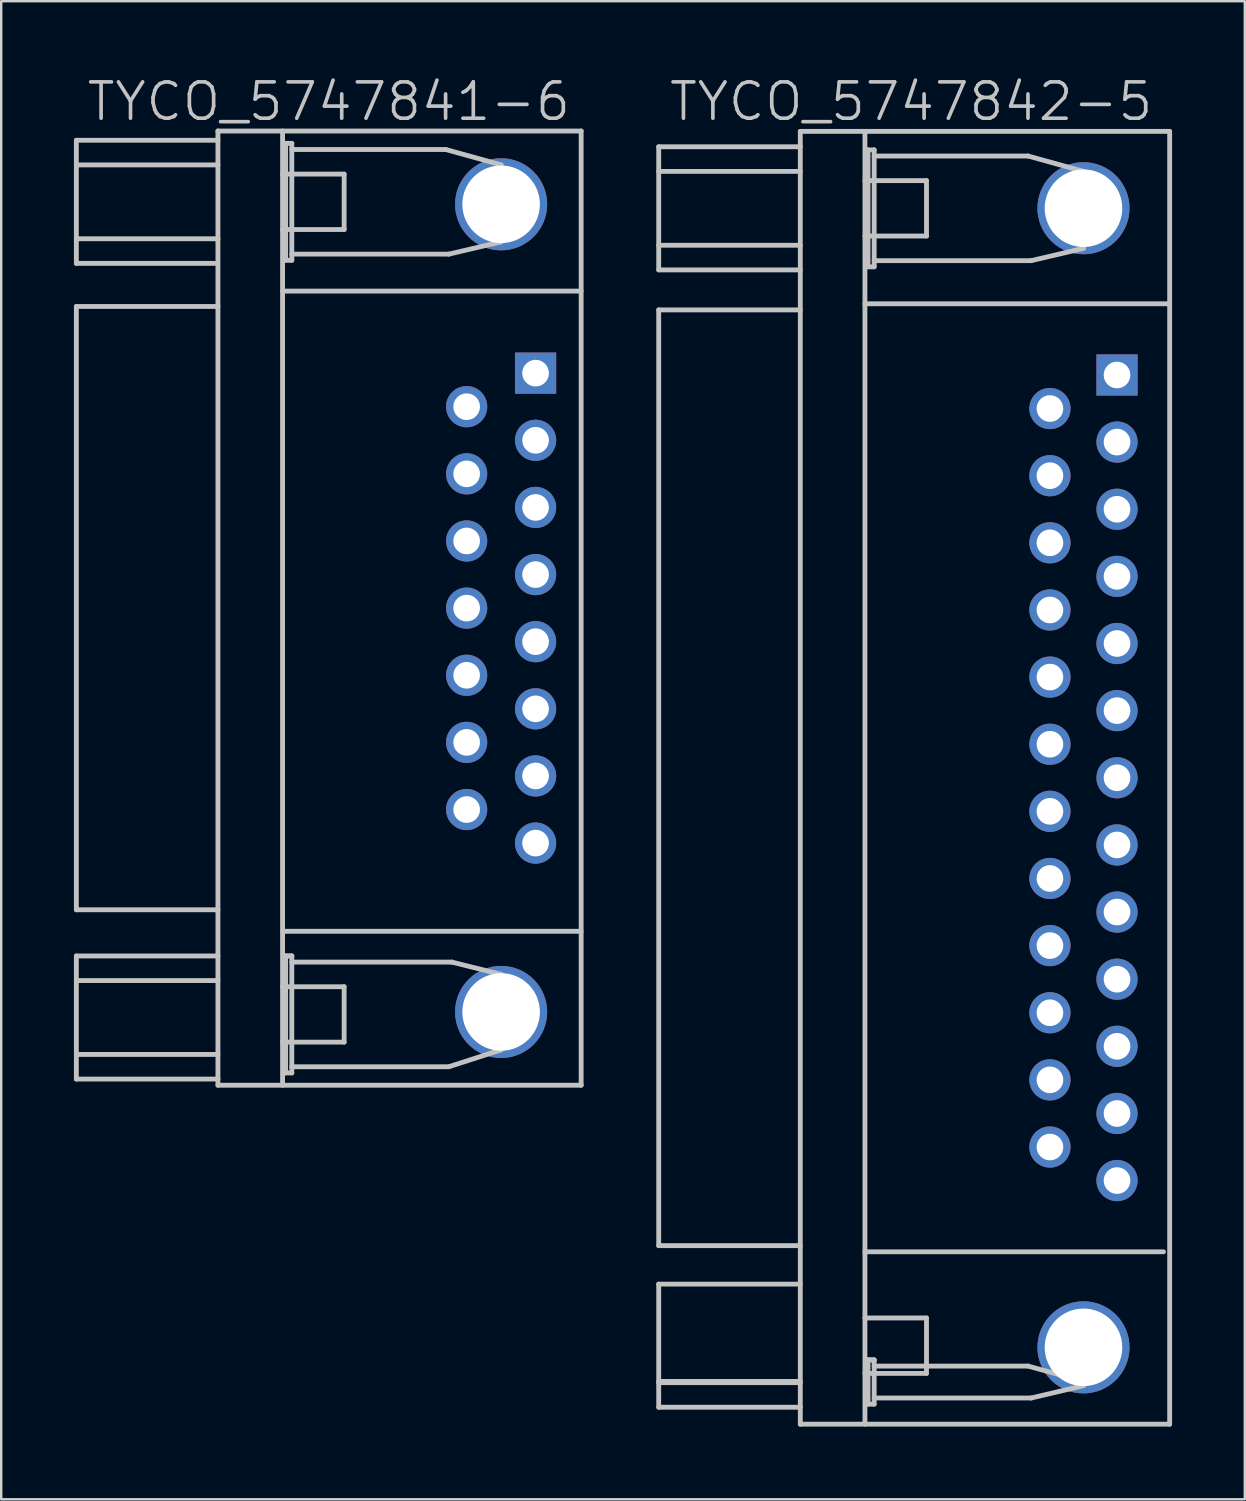
<source format=kicad_pcb>
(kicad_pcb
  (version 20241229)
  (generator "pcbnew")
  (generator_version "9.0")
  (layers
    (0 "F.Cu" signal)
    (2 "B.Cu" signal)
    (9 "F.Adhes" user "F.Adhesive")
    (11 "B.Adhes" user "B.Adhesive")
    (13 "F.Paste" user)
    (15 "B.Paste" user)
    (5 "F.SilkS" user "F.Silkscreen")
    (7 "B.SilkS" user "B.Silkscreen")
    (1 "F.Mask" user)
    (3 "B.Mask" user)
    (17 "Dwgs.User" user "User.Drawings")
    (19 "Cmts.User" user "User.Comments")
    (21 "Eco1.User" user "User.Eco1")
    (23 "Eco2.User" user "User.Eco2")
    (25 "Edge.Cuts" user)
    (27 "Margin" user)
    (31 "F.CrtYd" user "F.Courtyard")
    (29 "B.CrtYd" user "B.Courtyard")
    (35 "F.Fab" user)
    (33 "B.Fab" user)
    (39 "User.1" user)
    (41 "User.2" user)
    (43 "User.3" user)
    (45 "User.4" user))
  (footprint "TYCO_5747841-6"
    (layer "F.Cu")
    (at 10.514 22.041)
    (property "Reference" "TYCO_5747841-6" (at 0 -20.9 180) (layer "Dwgs.User") (effects (font (size 1.5 1.5) (thickness 0.15))))
    (attr through_hole)
    (fp_line (start -10.414 -19.304) (end -10.414 -14.224) (stroke (width 0.2) (type solid)) (layer "Dwgs.User"))
    (fp_line (start -10.414 -14.224) (end -4.699 -14.224) (stroke (width 0.2) (type solid)) (layer "Dwgs.User"))
    (fp_line (start -10.414 12.446) (end -10.414 -12.446) (stroke (width 0.2) (type solid)) (layer "Dwgs.User"))
    (fp_line (start -10.414 12.446) (end -4.572 12.446) (stroke (width 0.2) (type solid)) (layer "Dwgs.User"))
    (fp_line (start -10.414 14.351) (end -10.414 19.431) (stroke (width 0.2) (type solid)) (layer "Dwgs.User"))
    (fp_line (start -4.572 -19.685) (end -4.572 19.685) (stroke (width 0.2) (type solid)) (layer "Dwgs.User"))
    (fp_line (start -4.572 -19.304) (end -10.414 -19.304) (stroke (width 0.2) (type solid)) (layer "Dwgs.User"))
    (fp_line (start -4.572 -18.288) (end -10.414 -18.288) (stroke (width 0.2) (type solid)) (layer "Dwgs.User"))
    (fp_line (start -4.572 -15.24) (end -10.414 -15.24) (stroke (width 0.2) (type solid)) (layer "Dwgs.User"))
    (fp_line (start -4.572 -12.446) (end -10.414 -12.446) (stroke (width 0.2) (type solid)) (layer "Dwgs.User"))
    (fp_line (start -4.572 14.351) (end -10.414 14.351) (stroke (width 0.2) (type solid)) (layer "Dwgs.User"))
    (fp_line (start -4.572 15.367) (end -10.414 15.367) (stroke (width 0.2) (type solid)) (layer "Dwgs.User"))
    (fp_line (start -4.572 18.415) (end -10.414 18.415) (stroke (width 0.2) (type solid)) (layer "Dwgs.User"))
    (fp_line (start -4.572 19.431) (end -10.414 19.431) (stroke (width 0.2) (type solid)) (layer "Dwgs.User"))
    (fp_line (start -4.572 19.685) (end 10.414 19.685) (stroke (width 0.2) (type solid)) (layer "Dwgs.User"))
    (fp_line (start -1.905 -17.907) (end 0.635 -17.907) (stroke (width 0.2) (type solid)) (layer "Dwgs.User"))
    (fp_line (start -1.905 -13.081) (end 10.414 -13.081) (stroke (width 0.2) (type solid)) (layer "Dwgs.User"))
    (fp_line (start -1.905 13.335) (end 10.414 13.335) (stroke (width 0.2) (type solid)) (layer "Dwgs.User"))
    (fp_line (start -1.905 15.621) (end 0.635 15.621) (stroke (width 0.2) (type solid)) (layer "Dwgs.User"))
    (fp_line (start -1.905 19.685) (end -1.905 -19.685) (stroke (width 0.2) (type solid)) (layer "Dwgs.User"))
    (fp_line (start -1.778 -19.177) (end -1.778 -14.351) (stroke (width 0.2) (type solid)) (layer "Dwgs.User"))
    (fp_line (start -1.778 -14.351) (end -1.524 -14.351) (stroke (width 0.2) (type solid)) (layer "Dwgs.User"))
    (fp_line (start -1.778 14.351) (end -1.778 19.177) (stroke (width 0.2) (type solid)) (layer "Dwgs.User"))
    (fp_line (start -1.778 19.177) (end -1.524 19.177) (stroke (width 0.2) (type solid)) (layer "Dwgs.User"))
    (fp_line (start -1.524 -19.177) (end -1.778 -19.177) (stroke (width 0.2) (type solid)) (layer "Dwgs.User"))
    (fp_line (start -1.524 -18.923) (end 4.826 -18.923) (stroke (width 0.2) (type solid)) (layer "Dwgs.User"))
    (fp_line (start -1.524 -14.351) (end -1.524 -19.177) (stroke (width 0.2) (type solid)) (layer "Dwgs.User"))
    (fp_line (start -1.524 14.351) (end -1.778 14.351) (stroke (width 0.2) (type solid)) (layer "Dwgs.User"))
    (fp_line (start -1.524 14.351) (end -1.778 14.351) (stroke (width 0.2) (type solid)) (layer "Dwgs.User"))
    (fp_line (start -1.524 14.605) (end 5.08 14.605) (stroke (width 0.2) (type solid)) (layer "Dwgs.User"))
    (fp_line (start -1.524 19.177) (end -1.524 14.351) (stroke (width 0.2) (type solid)) (layer "Dwgs.User"))
    (fp_line (start 0.635 -17.907) (end 0.635 -15.621) (stroke (width 0.2) (type solid)) (layer "Dwgs.User"))
    (fp_line (start 0.635 -15.621) (end -1.905 -15.621) (stroke (width 0.2) (type solid)) (layer "Dwgs.User"))
    (fp_line (start 0.635 15.621) (end 0.635 17.907) (stroke (width 0.2) (type solid)) (layer "Dwgs.User"))
    (fp_line (start 0.635 17.907) (end -1.905 17.907) (stroke (width 0.2) (type solid)) (layer "Dwgs.User"))
    (fp_line (start 4.826 -18.923) (end 7.112 -18.288) (stroke (width 0.2) (type solid)) (layer "Dwgs.User"))
    (fp_line (start 4.953 -14.605) (end -1.524 -14.605) (stroke (width 0.2) (type solid)) (layer "Dwgs.User"))
    (fp_line (start 4.953 18.923) (end -1.524 18.923) (stroke (width 0.2) (type solid)) (layer "Dwgs.User"))
    (fp_line (start 4.953 18.923) (end 7.112 18.224) (stroke (width 0.2) (type solid)) (layer "Dwgs.User"))
    (fp_line (start 7.112 -18.288) (end 7.112 -15.113) (stroke (width 0.2) (type solid)) (layer "Dwgs.User"))
    (fp_line (start 7.112 -15.113) (end 4.953 -14.605) (stroke (width 0.2) (type solid)) (layer "Dwgs.User"))
    (fp_line (start 7.112 15.113) (end 5.08 14.605) (stroke (width 0.2) (type solid)) (layer "Dwgs.User"))
    (fp_line (start 7.112 18.224) (end 7.112 15.113) (stroke (width 0.2) (type solid)) (layer "Dwgs.User"))
    (fp_line (start 10.414 -19.685) (end -4.572 -19.685) (stroke (width 0.2) (type solid)) (layer "Dwgs.User"))
    (fp_line (start 10.414 19.685) (end 10.414 -19.685) (stroke (width 0.2) (type solid)) (layer "Dwgs.User"))
    (pad "" thru_hole circle (at 7.112 -16.662 270) (size 3.8 3.8) (drill 3.2) (layers "*.Cu" "*.Mask"))
    (pad "" thru_hole circle (at 7.112 16.662 270) (size 3.8 3.8) (drill 3.2) (layers "*.Cu" "*.Mask"))
    (pad "1" thru_hole rect (at 8.534 -9.695) (size 1.7 1.7) (drill 1.1) (layers "*.Cu" "*.Mask"))
    (pad "2" thru_hole circle (at 8.534 -6.924 270) (size 1.7 1.7) (drill 1.1) (layers "*.Cu" "*.Mask"))
    (pad "3" thru_hole circle (at 8.534 -4.155 270) (size 1.7 1.7) (drill 1.1) (layers "*.Cu" "*.Mask"))
    (pad "4" thru_hole circle (at 8.534 -1.384 270) (size 1.7 1.7) (drill 1.1) (layers "*.Cu" "*.Mask"))
    (pad "5" thru_hole circle (at 8.534 1.384 270) (size 1.7 1.7) (drill 1.1) (layers "*.Cu" "*.Mask"))
    (pad "6" thru_hole circle (at 8.534 4.155 270) (size 1.7 1.7) (drill 1.1) (layers "*.Cu" "*.Mask"))
    (pad "7" thru_hole circle (at 8.534 6.924 270) (size 1.7 1.7) (drill 1.1) (layers "*.Cu" "*.Mask"))
    (pad "8" thru_hole circle (at 8.534 9.695 270) (size 1.7 1.7) (drill 1.1) (layers "*.Cu" "*.Mask"))
    (pad "9" thru_hole circle (at 5.69 -8.311 270) (size 1.7 1.7) (drill 1.1) (layers "*.Cu" "*.Mask"))
    (pad "10" thru_hole circle (at 5.69 -5.54 270) (size 1.7 1.7) (drill 1.1) (layers "*.Cu" "*.Mask"))
    (pad "11" thru_hole circle (at 5.69 -2.771 270) (size 1.7 1.7) (drill 1.1) (layers "*.Cu" "*.Mask"))
    (pad "12" thru_hole circle (at 5.69 0 270) (size 1.7 1.7) (drill 1.1) (layers "*.Cu" "*.Mask"))
    (pad "13" thru_hole circle (at 5.69 2.771 270) (size 1.7 1.7) (drill 1.1) (layers "*.Cu" "*.Mask"))
    (pad "14" thru_hole circle (at 5.69 5.54 270) (size 1.7 1.7) (drill 1.1) (layers "*.Cu" "*.Mask"))
    (pad "15" thru_hole circle (at 5.69 8.311 270) (size 1.7 1.7) (drill 1.1) (layers "*.Cu" "*.Mask")))
  (footprint "TYCO_5747842-5"
    (layer "F.Cu")
    (at 34.542 29.041)
    (property "Reference" "TYCO_5747842-5" (at 0 -27.9 180) (layer "Dwgs.User") (effects (font (size 1.5 1.5) (thickness 0.15))))
    (attr through_hole)
    (fp_line (start -10.414 -26.035) (end -10.414 -20.955) (stroke (width 0.2) (type solid)) (layer "Dwgs.User"))
    (fp_line (start -10.414 19.304) (end -10.414 -19.304) (stroke (width 0.2) (type solid)) (layer "Dwgs.User"))
    (fp_line (start -10.414 19.304) (end -4.572 19.304) (stroke (width 0.2) (type solid)) (layer "Dwgs.User"))
    (fp_line (start -10.414 20.892) (end -10.414 25.971) (stroke (width 0.2) (type solid)) (layer "Dwgs.User"))
    (fp_line (start -4.572 -26.035) (end -10.414 -26.035) (stroke (width 0.2) (type solid)) (layer "Dwgs.User"))
    (fp_line (start -4.572 -25.019) (end -10.414 -25.019) (stroke (width 0.2) (type solid)) (layer "Dwgs.User"))
    (fp_line (start -4.572 -21.971) (end -10.414 -21.971) (stroke (width 0.2) (type solid)) (layer "Dwgs.User"))
    (fp_line (start -4.572 -20.955) (end -10.414 -20.955) (stroke (width 0.2) (type solid)) (layer "Dwgs.User"))
    (fp_line (start -4.572 -19.304) (end -10.414 -19.304) (stroke (width 0.2) (type solid)) (layer "Dwgs.User"))
    (fp_line (start -4.572 20.892) (end -10.414 20.892) (stroke (width 0.2) (type solid)) (layer "Dwgs.User"))
    (fp_line (start -4.572 24.907) (end -10.414 24.907) (stroke (width 0.2) (type solid)) (layer "Dwgs.User"))
    (fp_line (start -4.572 24.956) (end -10.414 24.956) (stroke (width 0.2) (type solid)) (layer "Dwgs.User"))
    (fp_line (start -4.572 25.971) (end -10.414 25.971) (stroke (width 0.2) (type solid)) (layer "Dwgs.User"))
    (fp_line (start -4.572 26.67) (end -4.572 -26.67) (stroke (width 0.2) (type solid)) (layer "Dwgs.User"))
    (fp_line (start -1.905 -26.67) (end -1.905 26.67) (stroke (width 0.2) (type solid)) (layer "Dwgs.User"))
    (fp_line (start -1.905 -24.638) (end 0.635 -24.638) (stroke (width 0.2) (type solid)) (layer "Dwgs.User"))
    (fp_line (start -1.905 -19.558) (end 10.668 -19.558) (stroke (width 0.2) (type solid)) (layer "Dwgs.User"))
    (fp_line (start -1.905 19.558) (end 10.414 19.558) (stroke (width 0.2) (type solid)) (layer "Dwgs.User"))
    (fp_line (start -1.905 22.288) (end 0.635 22.288) (stroke (width 0.2) (type solid)) (layer "Dwgs.User"))
    (fp_line (start -1.778 -25.908) (end -1.778 -21.082) (stroke (width 0.2) (type solid)) (layer "Dwgs.User"))
    (fp_line (start -1.778 -21.082) (end -1.524 -21.082) (stroke (width 0.2) (type solid)) (layer "Dwgs.User"))
    (fp_line (start -1.778 24.018) (end -1.778 25.845) (stroke (width 0.2) (type solid)) (layer "Dwgs.User"))
    (fp_line (start -1.778 25.845) (end -1.524 25.845) (stroke (width 0.2) (type solid)) (layer "Dwgs.User"))
    (fp_line (start -1.524 -25.908) (end -1.778 -25.908) (stroke (width 0.2) (type solid)) (layer "Dwgs.User"))
    (fp_line (start -1.524 -25.654) (end 4.826 -25.654) (stroke (width 0.2) (type solid)) (layer "Dwgs.User"))
    (fp_line (start -1.524 -21.082) (end -1.524 -25.908) (stroke (width 0.2) (type solid)) (layer "Dwgs.User"))
    (fp_line (start -1.524 24.018) (end -1.778 24.018) (stroke (width 0.2) (type solid)) (layer "Dwgs.User"))
    (fp_line (start -1.524 24.018) (end -1.778 24.018) (stroke (width 0.2) (type solid)) (layer "Dwgs.User"))
    (fp_line (start -1.524 24.273) (end 4.826 24.273) (stroke (width 0.2) (type solid)) (layer "Dwgs.User"))
    (fp_line (start -1.524 25.845) (end -1.524 24.018) (stroke (width 0.2) (type solid)) (layer "Dwgs.User"))
    (fp_line (start 0.635 -24.638) (end 0.635 -22.352) (stroke (width 0.2) (type solid)) (layer "Dwgs.User"))
    (fp_line (start 0.635 -22.352) (end -1.905 -22.352) (stroke (width 0.2) (type solid)) (layer "Dwgs.User"))
    (fp_line (start 0.635 22.288) (end 0.635 24.575) (stroke (width 0.2) (type solid)) (layer "Dwgs.User"))
    (fp_line (start 0.635 24.575) (end -1.905 24.575) (stroke (width 0.2) (type solid)) (layer "Dwgs.User"))
    (fp_line (start 4.826 -25.654) (end 7.112 -25.019) (stroke (width 0.2) (type solid)) (layer "Dwgs.User"))
    (fp_line (start 4.826 24.273) (end 7.112 24.907) (stroke (width 0.2) (type solid)) (layer "Dwgs.User"))
    (fp_line (start 4.953 -21.336) (end -1.524 -21.336) (stroke (width 0.2) (type solid)) (layer "Dwgs.User"))
    (fp_line (start 4.953 25.59) (end -1.524 25.59) (stroke (width 0.2) (type solid)) (layer "Dwgs.User"))
    (fp_line (start 7.112 -25.019) (end 7.112 -21.844) (stroke (width 0.2) (type solid)) (layer "Dwgs.User"))
    (fp_line (start 7.112 -21.844) (end 4.953 -21.336) (stroke (width 0.2) (type solid)) (layer "Dwgs.User"))
    (fp_line (start 7.112 24.907) (end 7.112 25.082) (stroke (width 0.2) (type solid)) (layer "Dwgs.User"))
    (fp_line (start 7.112 25.082) (end 4.953 25.59) (stroke (width 0.2) (type solid)) (layer "Dwgs.User"))
    (fp_line (start 10.668 -26.67) (end -4.572 -26.67) (stroke (width 0.2) (type solid)) (layer "Dwgs.User"))
    (fp_line (start 10.668 26.67) (end -4.572 26.67) (stroke (width 0.2) (type solid)) (layer "Dwgs.User"))
    (fp_line (start 10.668 26.67) (end 10.668 -26.67) (stroke (width 0.2) (type solid)) (layer "Dwgs.User"))
    (pad "" thru_hole circle (at 7.112 -23.5 270) (size 3.8 3.8) (drill 3.2) (layers "*.Cu" "*.Mask"))
    (pad "" thru_hole circle (at 7.112 23.5 270) (size 3.8 3.8) (drill 3.2) (layers "*.Cu" "*.Mask"))
    (pad "1" thru_hole rect (at 8.496 -16.619) (size 1.7 1.7) (drill 1.1) (layers "*.Cu" "*.Mask"))
    (pad "2" thru_hole circle (at 8.496 -13.851) (size 1.7 1.7) (drill 1.1) (layers "*.Cu" "*.Mask"))
    (pad "3" thru_hole circle (at 8.496 -11.079) (size 1.7 1.7) (drill 1.1) (layers "*.Cu" "*.Mask"))
    (pad "4" thru_hole circle (at 8.496 -8.311) (size 1.7 1.7) (drill 1.1) (layers "*.Cu" "*.Mask"))
    (pad "5" thru_hole circle (at 8.496 -5.54) (size 1.7 1.7) (drill 1.1) (layers "*.Cu" "*.Mask"))
    (pad "6" thru_hole circle (at 8.496 -2.771) (size 1.7 1.7) (drill 1.1) (layers "*.Cu" "*.Mask"))
    (pad "7" thru_hole circle (at 8.496 0) (size 1.7 1.7) (drill 1.1) (layers "*.Cu" "*.Mask"))
    (pad "8" thru_hole circle (at 8.496 2.771) (size 1.7 1.7) (drill 1.1) (layers "*.Cu" "*.Mask"))
    (pad "9" thru_hole circle (at 8.496 5.54) (size 1.7 1.7) (drill 1.1) (layers "*.Cu" "*.Mask"))
    (pad "10" thru_hole circle (at 8.496 8.311) (size 1.7 1.7) (drill 1.1) (layers "*.Cu" "*.Mask"))
    (pad "11" thru_hole circle (at 8.496 11.079) (size 1.7 1.7) (drill 1.1) (layers "*.Cu" "*.Mask"))
    (pad "12" thru_hole circle (at 8.496 13.851) (size 1.7 1.7) (drill 1.1) (layers "*.Cu" "*.Mask"))
    (pad "13" thru_hole circle (at 8.496 16.619) (size 1.7 1.7) (drill 1.1) (layers "*.Cu" "*.Mask"))
    (pad "14" thru_hole circle (at 5.728 -15.235) (size 1.7 1.7) (drill 1.1) (layers "*.Cu" "*.Mask"))
    (pad "15" thru_hole circle (at 5.728 -12.464) (size 1.7 1.7) (drill 1.1) (layers "*.Cu" "*.Mask"))
    (pad "16" thru_hole circle (at 5.728 -9.695) (size 1.7 1.7) (drill 1.1) (layers "*.Cu" "*.Mask"))
    (pad "17" thru_hole circle (at 5.728 -6.924) (size 1.7 1.7) (drill 1.1) (layers "*.Cu" "*.Mask"))
    (pad "18" thru_hole circle (at 5.728 -4.155) (size 1.7 1.7) (drill 1.1) (layers "*.Cu" "*.Mask"))
    (pad "19" thru_hole circle (at 5.728 -1.384) (size 1.7 1.7) (drill 1.1) (layers "*.Cu" "*.Mask"))
    (pad "20" thru_hole circle (at 5.728 1.384) (size 1.7 1.7) (drill 1.1) (layers "*.Cu" "*.Mask"))
    (pad "21" thru_hole circle (at 5.728 4.155) (size 1.7 1.7) (drill 1.1) (layers "*.Cu" "*.Mask"))
    (pad "22" thru_hole circle (at 5.728 6.924) (size 1.7 1.7) (drill 1.1) (layers "*.Cu" "*.Mask"))
    (pad "23" thru_hole circle (at 5.728 9.695) (size 1.7 1.7) (drill 1.1) (layers "*.Cu" "*.Mask"))
    (pad "24" thru_hole circle (at 5.728 12.464) (size 1.7 1.7) (drill 1.1) (layers "*.Cu" "*.Mask"))
    (pad "25" thru_hole circle (at 5.728 15.235) (size 1.7 1.7) (drill 1.1) (layers "*.Cu" "*.Mask")))
  (gr_rect
    (start -3 -3)
    (end 48.31 58.811)
    (stroke (width 0.1) (type default))
    (fill no)
    (layer "Edge.Cuts")))
</source>
